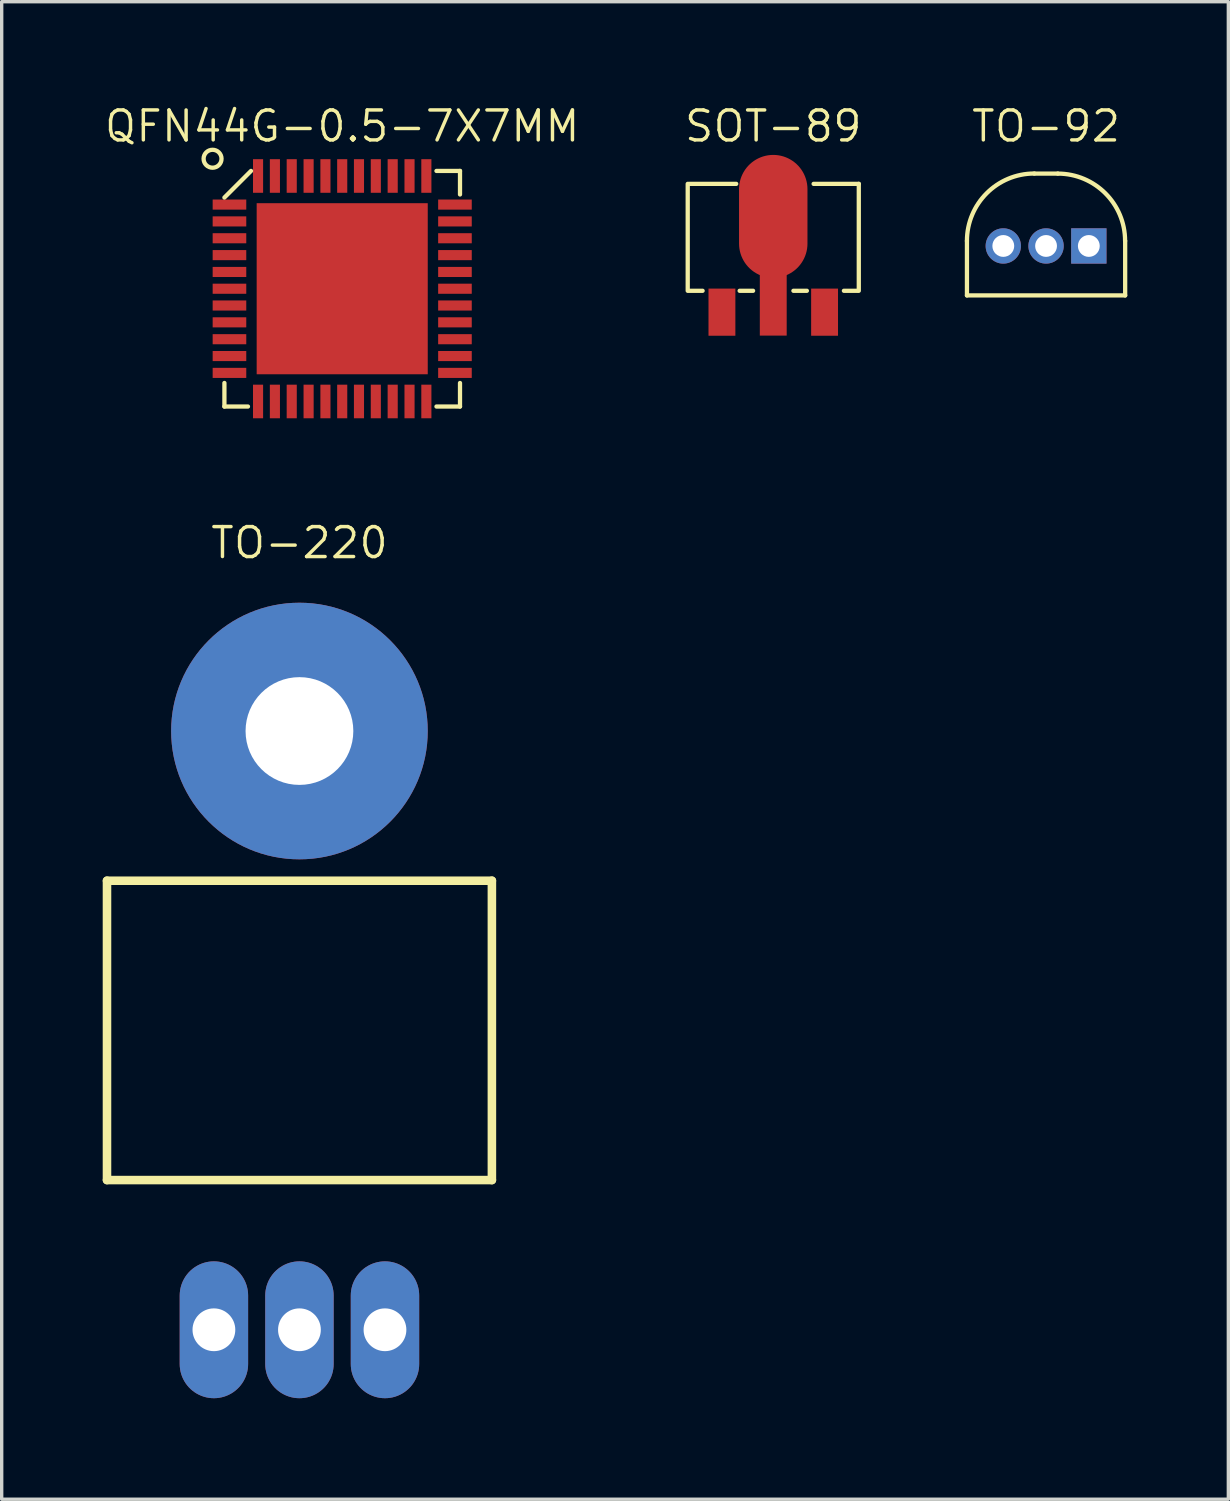
<source format=kicad_pcb>
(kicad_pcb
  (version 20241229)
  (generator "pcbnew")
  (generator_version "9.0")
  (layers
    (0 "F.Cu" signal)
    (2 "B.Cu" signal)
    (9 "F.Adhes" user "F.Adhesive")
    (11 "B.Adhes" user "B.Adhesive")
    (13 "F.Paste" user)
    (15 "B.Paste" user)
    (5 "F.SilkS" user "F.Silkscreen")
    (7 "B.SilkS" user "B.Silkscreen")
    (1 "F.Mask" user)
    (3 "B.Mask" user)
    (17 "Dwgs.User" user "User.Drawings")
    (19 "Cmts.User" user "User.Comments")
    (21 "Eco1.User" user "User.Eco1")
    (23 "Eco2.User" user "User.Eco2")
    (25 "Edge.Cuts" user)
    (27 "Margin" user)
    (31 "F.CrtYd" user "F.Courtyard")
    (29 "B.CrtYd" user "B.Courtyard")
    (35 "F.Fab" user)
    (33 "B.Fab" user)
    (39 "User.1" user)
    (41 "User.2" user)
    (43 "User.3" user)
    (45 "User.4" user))
  (footprint "TO-220"
    (layer "F.Cu")
    (at 5.842 25.008)
    (property "Reference" "TO-220" (at 0 -11.938 0) (layer "F.SilkS") (effects (font (size 0.889 0.889) (thickness 0.102))))
    (attr exclude_from_pos_files exclude_from_bom)
    (fp_line (start -5.715 -1.905) (end 5.715 -1.905) (stroke (width 0.254) (type solid)) (layer "F.SilkS"))
    (fp_line (start -5.715 6.985) (end -5.715 -1.905) (stroke (width 0.254) (type solid)) (layer "F.SilkS"))
    (fp_line (start 5.715 -1.905) (end 5.715 6.985) (stroke (width 0.254) (type solid)) (layer "F.SilkS"))
    (fp_line (start 5.715 6.985) (end -5.715 6.985) (stroke (width 0.254) (type solid)) (layer "F.SilkS"))
    (pad "1" thru_hole oval (at -2.54 11.43 180) (size 2.032 4.064) (drill 1.27) (layers "*.Cu" "*.Mask"))
    (pad "2" thru_hole oval (at 0 11.43 180) (size 2.032 4.064) (drill 1.27) (layers "*.Cu" "*.Mask"))
    (pad "3" thru_hole oval (at 2.54 11.43 180) (size 2.032 4.064) (drill 1.27) (layers "*.Cu" "*.Mask"))
    (pad "HEAT" thru_hole circle (at 0 -6.35 180) (size 7.62 7.62) (drill 3.2) (layers "*.Cu" "*.Mask")))
  (footprint "SOT-89"
    (layer "F.Cu")
    (at 19.912 4.315)
    (property "Reference" "SOT-89" (at 0 -3.617 0) (layer "F.SilkS") (effects (font (size 0.889 0.889) (thickness 0.102))))
    (attr smd)
    (fp_line (start -2.54 1.27) (end -2.54 -1.905) (stroke (width 0.066) (type solid)) (layer "F.SilkS"))
    (fp_line (start -2.54 1.27) (end -2.54 -1.905) (stroke (width 0.127) (type solid)) (layer "F.SilkS"))
    (fp_line (start -2.098 1.27) (end -2.499 1.27) (stroke (width 0.127) (type solid)) (layer "F.SilkS"))
    (fp_line (start -1.1 -1.905) (end -2.499 -1.905) (stroke (width 0.127) (type solid)) (layer "F.SilkS"))
    (fp_line (start -0.599 1.27) (end -0.998 1.27) (stroke (width 0.127) (type solid)) (layer "F.SilkS"))
    (fp_line (start 0.998 1.27) (end 0.599 1.27) (stroke (width 0.127) (type solid)) (layer "F.SilkS"))
    (fp_line (start 2.499 1.27) (end 2.098 1.27) (stroke (width 0.127) (type solid)) (layer "F.SilkS"))
    (fp_line (start 2.54 -1.905) (end 1.199 -1.905) (stroke (width 0.127) (type solid)) (layer "F.SilkS"))
    (fp_line (start 2.54 -1.905) (end 2.54 1.27) (stroke (width 0.127) (type solid)) (layer "F.SilkS"))
    (fp_line (start 2.54 1.27) (end 2.54 -1.905) (stroke (width 0.066) (type solid)) (layer "F.SilkS"))
    (pad "1" smd rect (at -1.524 1.905) (size 0.798 1.4) (layers "F.Cu" "F.Mask" "F.Paste"))
    (pad "2" smd rect (at 0 1.651) (size 0.798 1.9) (layers "F.Cu" "F.Mask" "F.Paste"))
    (pad "3" smd rect (at 1.524 1.905) (size 0.798 1.4) (layers "F.Cu" "F.Mask" "F.Paste"))
    (pad "4" smd oval (at 0 -0.94) (size 2.032 3.65) (layers "F.Cu" "F.Mask" "F.Paste")))
  (footprint "QFN44G-0.5-7X7MM"
    (layer "F.Cu")
    (at 7.112 5.524)
    (property "Reference" "QFN44G-0.5-7X7MM" (at 0 -4.826 0) (layer "F.SilkS") (effects (font (size 0.889 0.889) (thickness 0.102))))
    (attr smd)
    (fp_line (start -3.498 -2.708) (end -2.708 -3.498) (stroke (width 0.127) (type solid)) (layer "F.SilkS"))
    (fp_line (start -3.498 2.799) (end -3.498 3.498) (stroke (width 0.127) (type solid)) (layer "F.SilkS"))
    (fp_line (start -3.498 3.498) (end -2.799 3.498) (stroke (width 0.127) (type solid)) (layer "F.SilkS"))
    (fp_line (start 2.799 3.498) (end 3.498 3.498) (stroke (width 0.127) (type solid)) (layer "F.SilkS"))
    (fp_line (start 3.498 -3.498) (end 2.799 -3.498) (stroke (width 0.127) (type solid)) (layer "F.SilkS"))
    (fp_line (start 3.498 -2.799) (end 3.498 -3.498) (stroke (width 0.127) (type solid)) (layer "F.SilkS"))
    (fp_line (start 3.498 3.498) (end 3.498 2.799) (stroke (width 0.127) (type solid)) (layer "F.SilkS"))
    (fp_circle (center -3.85 -3.86) (end -3.7 -3.64) (stroke (width 0.127) (type solid)) (fill no) (layer "F.SilkS"))
    (pad "1" smd rect (at -3.348 -2.499 180) (size 0.998 0.3) (layers "F.Cu" "F.Mask" "F.Paste"))
    (pad "2" smd rect (at -3.348 -1.999 180) (size 0.998 0.3) (layers "F.Cu" "F.Mask" "F.Paste"))
    (pad "3" smd rect (at -3.348 -1.499 180) (size 0.998 0.3) (layers "F.Cu" "F.Mask" "F.Paste"))
    (pad "4" smd rect (at -3.348 -0.998 180) (size 0.998 0.3) (layers "F.Cu" "F.Mask" "F.Paste"))
    (pad "5" smd rect (at -3.348 -0.498 180) (size 0.998 0.3) (layers "F.Cu" "F.Mask" "F.Paste"))
    (pad "6" smd rect (at -3.348 0 180) (size 0.998 0.3) (layers "F.Cu" "F.Mask" "F.Paste"))
    (pad "7" smd rect (at -3.348 0.498 180) (size 0.998 0.3) (layers "F.Cu" "F.Mask" "F.Paste"))
    (pad "8" smd rect (at -3.348 0.998 180) (size 0.998 0.3) (layers "F.Cu" "F.Mask" "F.Paste"))
    (pad "9" smd rect (at -3.348 1.499 180) (size 0.998 0.3) (layers "F.Cu" "F.Mask" "F.Paste"))
    (pad "10" smd rect (at -3.348 1.999 180) (size 0.998 0.3) (layers "F.Cu" "F.Mask" "F.Paste"))
    (pad "11" smd rect (at -3.348 2.499 180) (size 0.998 0.3) (layers "F.Cu" "F.Mask" "F.Paste"))
    (pad "12" smd rect (at -2.499 3.348 270) (size 0.998 0.3) (layers "F.Cu" "F.Mask" "F.Paste"))
    (pad "13" smd rect (at -1.999 3.348 270) (size 0.998 0.3) (layers "F.Cu" "F.Mask" "F.Paste"))
    (pad "14" smd rect (at -1.499 3.348 270) (size 0.998 0.3) (layers "F.Cu" "F.Mask" "F.Paste"))
    (pad "15" smd rect (at -0.998 3.348 270) (size 0.998 0.3) (layers "F.Cu" "F.Mask" "F.Paste"))
    (pad "16" smd rect (at -0.498 3.348 270) (size 0.998 0.3) (layers "F.Cu" "F.Mask" "F.Paste"))
    (pad "17" smd rect (at 0 3.348 270) (size 0.998 0.3) (layers "F.Cu" "F.Mask" "F.Paste"))
    (pad "18" smd rect (at 0.498 3.348 270) (size 0.998 0.3) (layers "F.Cu" "F.Mask" "F.Paste"))
    (pad "19" smd rect (at 0.998 3.348 270) (size 0.998 0.3) (layers "F.Cu" "F.Mask" "F.Paste"))
    (pad "20" smd rect (at 1.499 3.348 270) (size 0.998 0.3) (layers "F.Cu" "F.Mask" "F.Paste"))
    (pad "21" smd rect (at 1.999 3.348 270) (size 0.998 0.3) (layers "F.Cu" "F.Mask" "F.Paste"))
    (pad "22" smd rect (at 2.499 3.348 270) (size 0.998 0.3) (layers "F.Cu" "F.Mask" "F.Paste"))
    (pad "23" smd rect (at 3.348 2.499) (size 0.998 0.3) (layers "F.Cu" "F.Mask" "F.Paste"))
    (pad "24" smd rect (at 3.348 1.999) (size 0.998 0.3) (layers "F.Cu" "F.Mask" "F.Paste"))
    (pad "25" smd rect (at 3.348 1.499) (size 0.998 0.3) (layers "F.Cu" "F.Mask" "F.Paste"))
    (pad "26" smd rect (at 3.348 0.998) (size 0.998 0.3) (layers "F.Cu" "F.Mask" "F.Paste"))
    (pad "27" smd rect (at 3.348 0.498) (size 0.998 0.3) (layers "F.Cu" "F.Mask" "F.Paste"))
    (pad "28" smd rect (at 3.348 0) (size 0.998 0.3) (layers "F.Cu" "F.Mask" "F.Paste"))
    (pad "29" smd rect (at 3.348 -0.498) (size 0.998 0.3) (layers "F.Cu" "F.Mask" "F.Paste"))
    (pad "30" smd rect (at 3.348 -0.998) (size 0.998 0.3) (layers "F.Cu" "F.Mask" "F.Paste"))
    (pad "31" smd rect (at 3.348 -1.499) (size 0.998 0.3) (layers "F.Cu" "F.Mask" "F.Paste"))
    (pad "32" smd rect (at 3.348 -1.999) (size 0.998 0.3) (layers "F.Cu" "F.Mask" "F.Paste"))
    (pad "33" smd rect (at 3.348 -2.499) (size 0.998 0.3) (layers "F.Cu" "F.Mask" "F.Paste"))
    (pad "34" smd rect (at 2.499 -3.348 90) (size 0.998 0.3) (layers "F.Cu" "F.Mask" "F.Paste"))
    (pad "35" smd rect (at 1.999 -3.348 90) (size 0.998 0.3) (layers "F.Cu" "F.Mask" "F.Paste"))
    (pad "36" smd rect (at 1.499 -3.348 90) (size 0.998 0.3) (layers "F.Cu" "F.Mask" "F.Paste"))
    (pad "37" smd rect (at 0.998 -3.348 90) (size 0.998 0.3) (layers "F.Cu" "F.Mask" "F.Paste"))
    (pad "38" smd rect (at 0.498 -3.348 90) (size 0.998 0.3) (layers "F.Cu" "F.Mask" "F.Paste"))
    (pad "39" smd rect (at 0 -3.348 90) (size 0.998 0.3) (layers "F.Cu" "F.Mask" "F.Paste"))
    (pad "40" smd rect (at -0.498 -3.348 90) (size 0.998 0.3) (layers "F.Cu" "F.Mask" "F.Paste"))
    (pad "41" smd rect (at -0.998 -3.348 90) (size 0.998 0.3) (layers "F.Cu" "F.Mask" "F.Paste"))
    (pad "42" smd rect (at -1.499 -3.348 90) (size 0.998 0.3) (layers "F.Cu" "F.Mask" "F.Paste"))
    (pad "43" smd rect (at -1.999 -3.348 90) (size 0.998 0.3) (layers "F.Cu" "F.Mask" "F.Paste"))
    (pad "44" smd rect (at -2.499 -3.348 90) (size 0.998 0.3) (layers "F.Cu" "F.Mask" "F.Paste"))
    (pad "TAB" smd rect (at 0 0) (size 5.08 5.08) (layers "F.Cu" "F.Mask" "F.Paste")))
  (footprint "TO-92"
    (layer "F.Cu")
    (at 28.013 4.254)
    (property "Reference" "TO-92" (at 0 -3.556 0) (layer "F.SilkS") (effects (font (size 0.889 0.889) (thickness 0.102))))
    (attr exclude_from_pos_files exclude_from_bom)
    (fp_line (start -2.349 -0.15) (end -2.349 1.468) (stroke (width 0.127) (type solid)) (layer "F.SilkS"))
    (fp_line (start -2.349 1.468) (end 2.349 1.468) (stroke (width 0.127) (type solid)) (layer "F.SilkS"))
    (fp_line (start 0.348 -2.149) (end -0.348 -2.149) (stroke (width 0.127) (type solid)) (layer "F.SilkS"))
    (fp_line (start 2.349 1.468) (end 2.349 -0.15) (stroke (width 0.127) (type solid)) (layer "F.SilkS"))
    (fp_arc (start -2.3495 -0.14986) (mid -1.763268 -1.565148) (end -0.34798 -2.15138) (stroke (width 0.127) (type solid)) (layer "F.SilkS"))
    (fp_arc (start 0.34798 -2.14884) (mid 1.761472 -1.563352) (end 2.34696 -0.14986) (stroke (width 0.127) (type solid)) (layer "F.SilkS"))
    (pad "1" thru_hole rect (at 1.27 0) (size 1.049 1.049) (drill 0.648) (layers "*.Cu" "*.Mask"))
    (pad "2" thru_hole circle (at 0 0) (size 1.049 1.049) (drill 0.648) (layers "*.Cu" "*.Mask"))
    (pad "3" thru_hole circle (at -1.27 0) (size 1.049 1.049) (drill 0.648) (layers "*.Cu" "*.Mask")))
  (gr_rect
    (start -3 -3)
    (end 33.426 41.47)
    (stroke (width 0.1) (type default))
    (fill no)
    (layer "Edge.Cuts")))
</source>
